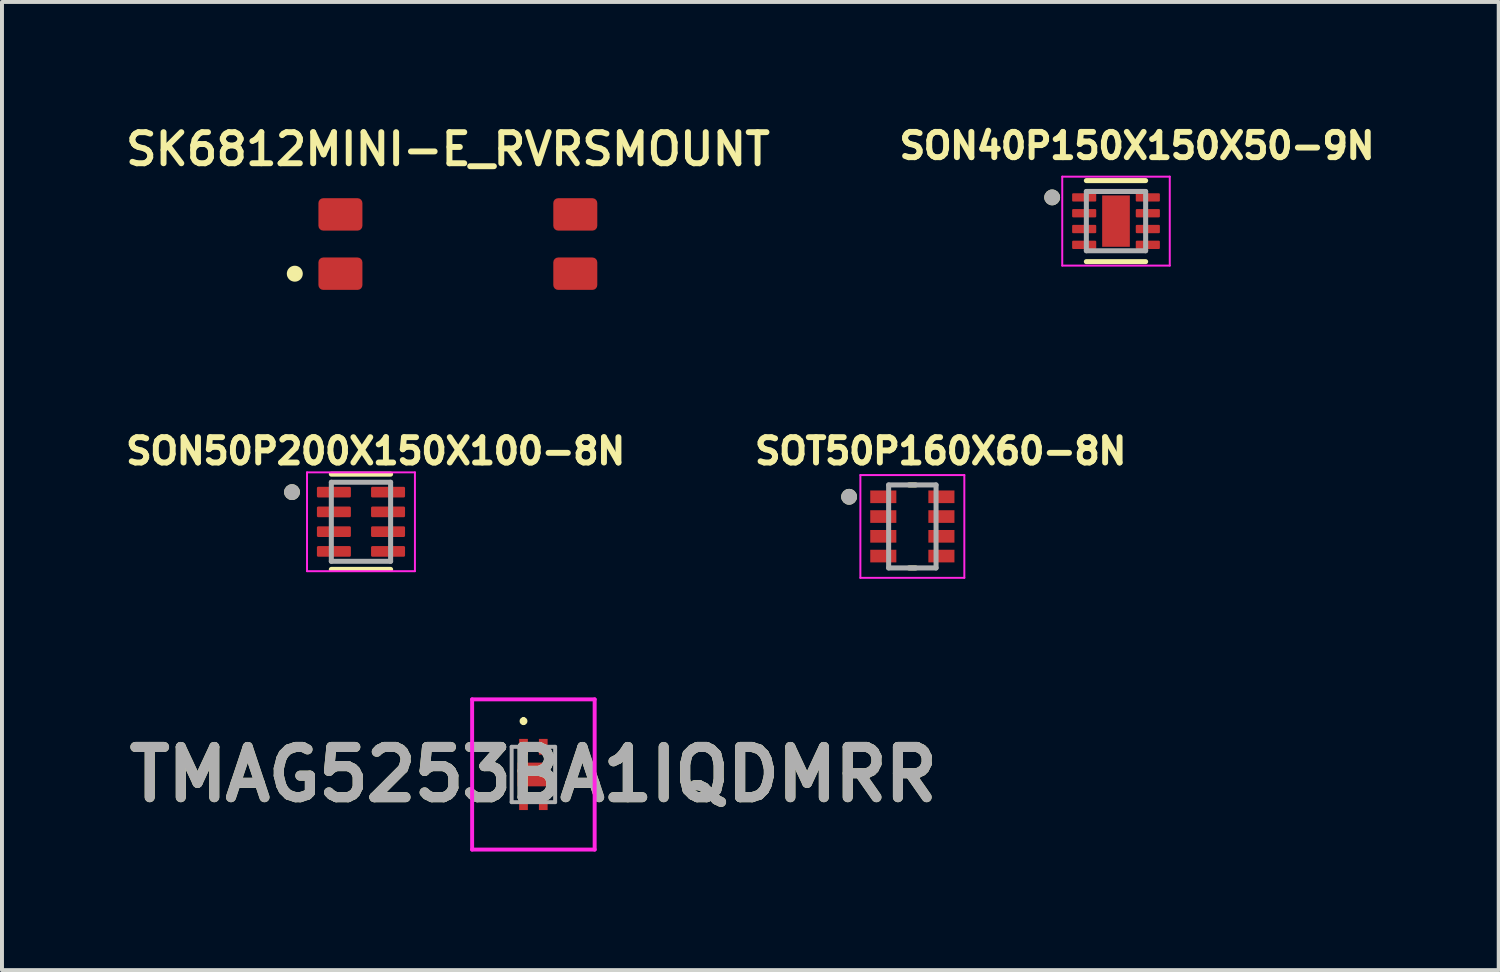
<source format=kicad_pcb>
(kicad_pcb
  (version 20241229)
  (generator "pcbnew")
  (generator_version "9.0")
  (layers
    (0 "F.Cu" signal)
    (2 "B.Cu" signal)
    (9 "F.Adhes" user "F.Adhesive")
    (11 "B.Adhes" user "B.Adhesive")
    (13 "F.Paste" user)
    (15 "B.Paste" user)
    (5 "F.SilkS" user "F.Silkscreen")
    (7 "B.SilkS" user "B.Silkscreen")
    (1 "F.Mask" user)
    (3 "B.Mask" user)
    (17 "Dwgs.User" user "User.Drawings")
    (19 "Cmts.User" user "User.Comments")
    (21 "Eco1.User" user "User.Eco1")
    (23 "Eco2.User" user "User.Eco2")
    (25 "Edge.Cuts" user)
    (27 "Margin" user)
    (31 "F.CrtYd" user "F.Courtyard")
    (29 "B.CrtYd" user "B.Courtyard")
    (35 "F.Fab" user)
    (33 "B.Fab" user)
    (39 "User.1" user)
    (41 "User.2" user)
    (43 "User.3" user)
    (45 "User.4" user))
  (footprint "SON50P200X150X100-8N"
    (layer "F.Cu")
    (at 6.082 10.15)
    (property "Reference" "SON50P200X150X100-8N" (at 0.372 -1.788 0) (layer "F.SilkS") (effects (font (size 0.64 0.64) (thickness 0.15))))
    (attr smd)
    (fp_line (start -0.75 -1.205) (end 0.75 -1.205) (stroke (width 0.127) (type solid)) (layer "F.SilkS"))
    (fp_line (start -0.75 1.205) (end 0.75 1.205) (stroke (width 0.127) (type solid)) (layer "F.SilkS"))
    (fp_circle (center -1.745 -0.75) (end -1.645 -0.75) (stroke (width 0.2) (type solid)) (fill no) (layer "F.SilkS"))
    (fp_line (start -1.365 -1.25) (end -1.365 1.25) (stroke (width 0.05) (type solid)) (layer "F.CrtYd"))
    (fp_line (start -1.365 -1.25) (end 1.365 -1.25) (stroke (width 0.05) (type solid)) (layer "F.CrtYd"))
    (fp_line (start -1.365 1.25) (end 1.365 1.25) (stroke (width 0.05) (type solid)) (layer "F.CrtYd"))
    (fp_line (start 1.365 -1.25) (end 1.365 1.25) (stroke (width 0.05) (type solid)) (layer "F.CrtYd"))
    (fp_line (start -0.75 -1) (end -0.75 1) (stroke (width 0.127) (type solid)) (layer "F.Fab"))
    (fp_line (start -0.75 -1) (end 0.75 -1) (stroke (width 0.127) (type solid)) (layer "F.Fab"))
    (fp_line (start -0.75 1) (end 0.75 1) (stroke (width 0.127) (type solid)) (layer "F.Fab"))
    (fp_line (start 0.75 -1) (end 0.75 1) (stroke (width 0.127) (type solid)) (layer "F.Fab"))
    (fp_circle (center -1.745 -0.75) (end -1.645 -0.75) (stroke (width 0.2) (type solid)) (fill no) (layer "F.Fab"))
    (pad "1" smd roundrect (at -0.685 -0.75) (size 0.86 0.27) (layers "F.Cu" "F.Mask" "F.Paste") (roundrect_rratio 0.125))
    (pad "2" smd roundrect (at -0.685 -0.25) (size 0.86 0.27) (layers "F.Cu" "F.Mask" "F.Paste") (roundrect_rratio 0.125))
    (pad "3" smd roundrect (at -0.685 0.25) (size 0.86 0.27) (layers "F.Cu" "F.Mask" "F.Paste") (roundrect_rratio 0.125))
    (pad "4" smd roundrect (at -0.685 0.75) (size 0.86 0.27) (layers "F.Cu" "F.Mask" "F.Paste") (roundrect_rratio 0.125))
    (pad "5" smd roundrect (at 0.685 0.75) (size 0.86 0.27) (layers "F.Cu" "F.Mask" "F.Paste") (roundrect_rratio 0.125))
    (pad "6" smd roundrect (at 0.685 0.25) (size 0.86 0.27) (layers "F.Cu" "F.Mask" "F.Paste") (roundrect_rratio 0.125))
    (pad "7" smd roundrect (at 0.685 -0.25) (size 0.86 0.27) (layers "F.Cu" "F.Mask" "F.Paste") (roundrect_rratio 0.125))
    (pad "8" smd roundrect (at 0.685 -0.75) (size 0.86 0.27) (layers "F.Cu" "F.Mask" "F.Paste") (roundrect_rratio 0.125)))
  (footprint "SK6812MINI-E_RVRSMOUNT"
    (layer "F.Cu")
    (at 8.533 3.199)
    (property "Reference" "SK6812MINI-E_RVRSMOUNT" (at -0.25 -2.475 0) (layer "F.SilkS") (effects (font (size 0.787 0.787) (thickness 0.15))))
    (attr smd)
    (fp_circle (center -4.125 0.675) (end -4.275 0.65) (stroke (width 0.1) (type solid)) (fill yes) (layer "F.SilkS"))
    (fp_line (start -1.75 1.025) (end -1.75 -1.175) (stroke (width 0.001) (type solid)) (layer "Edge.Cuts"))
    (fp_line (start -1.25 -1.675) (end 1.25 -1.675) (stroke (width 0.001) (type solid)) (layer "Edge.Cuts"))
    (fp_line (start 1.25 1.525) (end -1.25 1.525) (stroke (width 0.001) (type solid)) (layer "Edge.Cuts"))
    (fp_line (start 1.75 -1.175) (end 1.75 1.025) (stroke (width 0.001) (type solid)) (layer "Edge.Cuts"))
    (fp_arc (start -1.75 -1.175) (mid -1.603553 -1.528553) (end -1.25 -1.675) (stroke (width 0.001) (type default)) (layer "Edge.Cuts"))
    (fp_arc (start -1.25 1.525) (mid -1.603553 1.378553) (end -1.75 1.025) (stroke (width 0.001) (type default)) (layer "Edge.Cuts"))
    (fp_arc (start 1.25 -1.675) (mid 1.603553 -1.528553) (end 1.75 -1.175) (stroke (width 0.001) (type default)) (layer "Edge.Cuts"))
    (fp_arc (start 1.75 1.025) (mid 1.603553 1.378553) (end 1.25 1.525) (stroke (width 0.001) (type default)) (layer "Edge.Cuts"))
    (pad "P$1" smd roundrect (at 2.971 -0.825) (size 1.113 0.82) (layers "F.Cu" "F.Mask" "F.Paste") (roundrect_rratio 0.15))
    (pad "P$2" smd roundrect (at 2.971 0.675) (size 1.113 0.82) (layers "F.Cu" "F.Mask" "F.Paste") (roundrect_rratio 0.15))
    (pad "P$3" smd roundrect (at -2.971 0.675) (size 1.113 0.82) (layers "F.Cu" "F.Mask" "F.Paste") (roundrect_rratio 0.15))
    (pad "P$4" smd roundrect (at -2.971 -0.825) (size 1.113 0.82) (layers "F.Cu" "F.Mask" "F.Paste") (roundrect_rratio 0.15)))
  (footprint "SOT50P160X60-8N"
    (layer "F.Cu")
    (at 20.031 10.268)
    (property "Reference" "SOT50P160X60-8N" (at 0.717 -1.906 0) (layer "F.SilkS") (effects (font (size 0.64 0.64) (thickness 0.15))))
    (attr smd)
    (fp_poly (pts (xy -1.115 -0.96) (xy -0.355 -0.96) (xy -0.355 -0.54) (xy -1.115 -0.54)) (stroke (width 0.01) (type solid)) (fill yes) (layer "F.Mask"))
    (fp_poly (pts (xy -1.115 -0.46) (xy -0.355 -0.46) (xy -0.355 -0.04) (xy -1.115 -0.04)) (stroke (width 0.01) (type solid)) (fill yes) (layer "F.Mask"))
    (fp_poly (pts (xy -1.115 0.04) (xy -0.355 0.04) (xy -0.355 0.46) (xy -1.115 0.46)) (stroke (width 0.01) (type solid)) (fill yes) (layer "F.Mask"))
    (fp_poly (pts (xy -1.115 0.54) (xy -0.355 0.54) (xy -0.355 0.96) (xy -1.115 0.96)) (stroke (width 0.01) (type solid)) (fill yes) (layer "F.Mask"))
    (fp_poly (pts (xy 0.355 -0.96) (xy 1.115 -0.96) (xy 1.115 -0.54) (xy 0.355 -0.54)) (stroke (width 0.01) (type solid)) (fill yes) (layer "F.Mask"))
    (fp_poly (pts (xy 0.355 -0.46) (xy 1.115 -0.46) (xy 1.115 -0.04) (xy 0.355 -0.04)) (stroke (width 0.01) (type solid)) (fill yes) (layer "F.Mask"))
    (fp_poly (pts (xy 0.355 0.04) (xy 1.115 0.04) (xy 1.115 0.46) (xy 0.355 0.46)) (stroke (width 0.01) (type solid)) (fill yes) (layer "F.Mask"))
    (fp_poly (pts (xy 0.355 0.54) (xy 1.115 0.54) (xy 1.115 0.96) (xy 0.355 0.96)) (stroke (width 0.01) (type solid)) (fill yes) (layer "F.Mask"))
    (fp_line (start -0.085 -1.05) (end 0.085 -1.05) (stroke (width 0.127) (type solid)) (layer "F.SilkS"))
    (fp_line (start 0.085 1.05) (end -0.085 1.05) (stroke (width 0.127) (type solid)) (layer "F.SilkS"))
    (fp_circle (center -1.6 -0.75) (end -1.5 -0.75) (stroke (width 0.2) (type solid)) (fill no) (layer "F.SilkS"))
    (fp_line (start -1.315 -1.3) (end 1.315 -1.3) (stroke (width 0.05) (type solid)) (layer "F.CrtYd"))
    (fp_line (start -1.315 1.3) (end -1.315 -1.3) (stroke (width 0.05) (type solid)) (layer "F.CrtYd"))
    (fp_line (start 1.315 -1.3) (end 1.315 1.3) (stroke (width 0.05) (type solid)) (layer "F.CrtYd"))
    (fp_line (start 1.315 1.3) (end -1.315 1.3) (stroke (width 0.05) (type solid)) (layer "F.CrtYd"))
    (fp_line (start -0.6 -1.05) (end 0.6 -1.05) (stroke (width 0.127) (type solid)) (layer "F.Fab"))
    (fp_line (start -0.6 1.05) (end -0.6 -1.05) (stroke (width 0.127) (type solid)) (layer "F.Fab"))
    (fp_line (start 0.6 -1.05) (end 0.6 1.05) (stroke (width 0.127) (type solid)) (layer "F.Fab"))
    (fp_line (start 0.6 1.05) (end -0.6 1.05) (stroke (width 0.127) (type solid)) (layer "F.Fab"))
    (fp_circle (center -1.6 -0.75) (end -1.5 -0.75) (stroke (width 0.2) (type solid)) (fill no) (layer "F.Fab"))
    (pad "1" smd rect (at -0.735 -0.75) (size 0.66 0.32) (layers "F.Cu" "F.Paste"))
    (pad "2" smd rect (at -0.735 -0.25) (size 0.66 0.32) (layers "F.Cu" "F.Paste"))
    (pad "3" smd rect (at -0.735 0.25) (size 0.66 0.32) (layers "F.Cu" "F.Paste"))
    (pad "4" smd rect (at -0.735 0.75) (size 0.66 0.32) (layers "F.Cu" "F.Paste"))
    (pad "5" smd rect (at 0.735 0.75) (size 0.66 0.32) (layers "F.Cu" "F.Paste"))
    (pad "6" smd rect (at 0.735 0.25) (size 0.66 0.32) (layers "F.Cu" "F.Paste"))
    (pad "7" smd rect (at 0.735 -0.25) (size 0.66 0.32) (layers "F.Cu" "F.Paste"))
    (pad "8" smd rect (at 0.735 -0.75) (size 0.66 0.32) (layers "F.Cu" "F.Paste")))
  (footprint "TMAG5253BA1IQDMRR"
    (layer "F.Cu")
    (at 10.444 16.543)
    (property "Reference" "TMAG5253BA1IQDMRR" (at 0 0 0) (layer "F.SilkS") (effects (font (size 1.27 1.27) (thickness 0.254))))
    (attr smd)
    (fp_line (start -0.25 -1.4) (end -0.25 -1.4) (stroke (width 0.1) (type solid)) (layer "F.SilkS"))
    (fp_line (start -0.25 -1.3) (end -0.25 -1.3) (stroke (width 0.1) (type solid)) (layer "F.SilkS"))
    (fp_arc (start -0.25 -1.4) (mid -0.2 -1.35) (end -0.25 -1.3) (stroke (width 0.1) (type solid)) (layer "F.SilkS"))
    (fp_arc (start -0.25 -1.3) (mid -0.3 -1.35) (end -0.25 -1.4) (stroke (width 0.1) (type solid)) (layer "F.SilkS"))
    (fp_line (start -1.55 -1.9) (end 1.55 -1.9) (stroke (width 0.1) (type solid)) (layer "F.CrtYd"))
    (fp_line (start -1.55 1.9) (end -1.55 -1.9) (stroke (width 0.1) (type solid)) (layer "F.CrtYd"))
    (fp_line (start 1.55 -1.9) (end 1.55 1.9) (stroke (width 0.1) (type solid)) (layer "F.CrtYd"))
    (fp_line (start 1.55 1.9) (end -1.55 1.9) (stroke (width 0.1) (type solid)) (layer "F.CrtYd"))
    (fp_line (start -0.55 -0.7) (end 0.55 -0.7) (stroke (width 0.1) (type solid)) (layer "F.Fab"))
    (fp_line (start -0.55 0.7) (end -0.55 -0.7) (stroke (width 0.1) (type solid)) (layer "F.Fab"))
    (fp_line (start 0.55 -0.7) (end 0.55 0.7) (stroke (width 0.1) (type solid)) (layer "F.Fab"))
    (fp_line (start 0.55 0.7) (end -0.55 0.7) (stroke (width 0.1) (type solid)) (layer "F.Fab"))
    (fp_text user "${REFERENCE}" (at 0 0 0) (layer "F.Fab") (effects (font (size 1.27 1.27) (thickness 0.254))))
    (pad "1" smd rect (at -0.25 -0.7) (size 0.22 0.4) (layers "F.Cu" "F.Mask" "F.Paste"))
    (pad "2" smd rect (at -0.25 0.7) (size 0.22 0.4) (layers "F.Cu" "F.Mask" "F.Paste"))
    (pad "3" smd rect (at 0.25 0.7) (size 0.22 0.4) (layers "F.Cu" "F.Mask" "F.Paste"))
    (pad "4" smd rect (at 0.25 -0.7) (size 0.22 0.4) (layers "F.Cu" "F.Mask" "F.Paste"))
    (pad "5" smd rect (at 0 0 90) (size 0.6 0.8) (layers "F.Cu" "F.Mask" "F.Paste")))
  (footprint "SON40P150X150X50-9N"
    (layer "F.Cu")
    (at 25.183 2.544)
    (property "Reference" "SON40P150X150X50-9N" (at 0.532 -1.906 0) (layer "F.SilkS") (effects (font (size 0.64 0.64) (thickness 0.15))))
    (attr smd)
    (fp_line (start -0.75 -1.025) (end 0.75 -1.025) (stroke (width 0.127) (type solid)) (layer "F.SilkS"))
    (fp_line (start -0.75 1.025) (end 0.75 1.025) (stroke (width 0.127) (type solid)) (layer "F.SilkS"))
    (fp_circle (center -1.615 -0.6) (end -1.515 -0.6) (stroke (width 0.2) (type solid)) (fill no) (layer "F.SilkS"))
    (fp_poly (pts (xy -0.22 -0.41) (xy 0.22 -0.41) (xy 0.22 0.41) (xy -0.22 0.41)) (stroke (width 0.01) (type solid)) (fill yes) (layer "F.Paste"))
    (fp_line (start -1.36 -1.125) (end -1.36 1.125) (stroke (width 0.05) (type solid)) (layer "F.CrtYd"))
    (fp_line (start -1.36 -1.125) (end 1.36 -1.125) (stroke (width 0.05) (type solid)) (layer "F.CrtYd"))
    (fp_line (start -1.36 1.125) (end 1.36 1.125) (stroke (width 0.05) (type solid)) (layer "F.CrtYd"))
    (fp_line (start 1.36 -1.125) (end 1.36 1.125) (stroke (width 0.05) (type solid)) (layer "F.CrtYd"))
    (fp_line (start -0.75 -0.75) (end -0.75 0.75) (stroke (width 0.127) (type solid)) (layer "F.Fab"))
    (fp_line (start -0.75 -0.75) (end 0.75 -0.75) (stroke (width 0.127) (type solid)) (layer "F.Fab"))
    (fp_line (start -0.75 0.75) (end 0.75 0.75) (stroke (width 0.127) (type solid)) (layer "F.Fab"))
    (fp_line (start 0.75 -0.75) (end 0.75 0.75) (stroke (width 0.127) (type solid)) (layer "F.Fab"))
    (fp_circle (center -1.615 -0.6) (end -1.515 -0.6) (stroke (width 0.2) (type solid)) (fill no) (layer "F.Fab"))
    (pad "1" smd roundrect (at -0.805 -0.6) (size 0.61 0.21) (layers "F.Cu" "F.Mask" "F.Paste") (roundrect_rratio 0.125))
    (pad "2" smd roundrect (at -0.805 -0.2) (size 0.61 0.21) (layers "F.Cu" "F.Mask" "F.Paste") (roundrect_rratio 0.125))
    (pad "3" smd roundrect (at -0.805 0.2) (size 0.61 0.21) (layers "F.Cu" "F.Mask" "F.Paste") (roundrect_rratio 0.125))
    (pad "4" smd roundrect (at -0.805 0.6) (size 0.61 0.21) (layers "F.Cu" "F.Mask" "F.Paste") (roundrect_rratio 0.125))
    (pad "5" smd roundrect (at 0.805 0.6) (size 0.61 0.21) (layers "F.Cu" "F.Mask" "F.Paste") (roundrect_rratio 0.125))
    (pad "6" smd roundrect (at 0.805 0.2) (size 0.61 0.21) (layers "F.Cu" "F.Mask" "F.Paste") (roundrect_rratio 0.125))
    (pad "7" smd roundrect (at 0.805 -0.2) (size 0.61 0.21) (layers "F.Cu" "F.Mask" "F.Paste") (roundrect_rratio 0.125))
    (pad "8" smd roundrect (at 0.805 -0.6) (size 0.61 0.21) (layers "F.Cu" "F.Mask" "F.Paste") (roundrect_rratio 0.125))
    (pad "9" smd rect (at 0 0) (size 0.7 1.3) (layers "F.Cu" "F.Mask")))
  (gr_rect
    (start -3 -3)
    (end 34.865 21.493)
    (stroke (width 0.1) (type default))
    (fill no)
    (layer "Edge.Cuts")))
</source>
